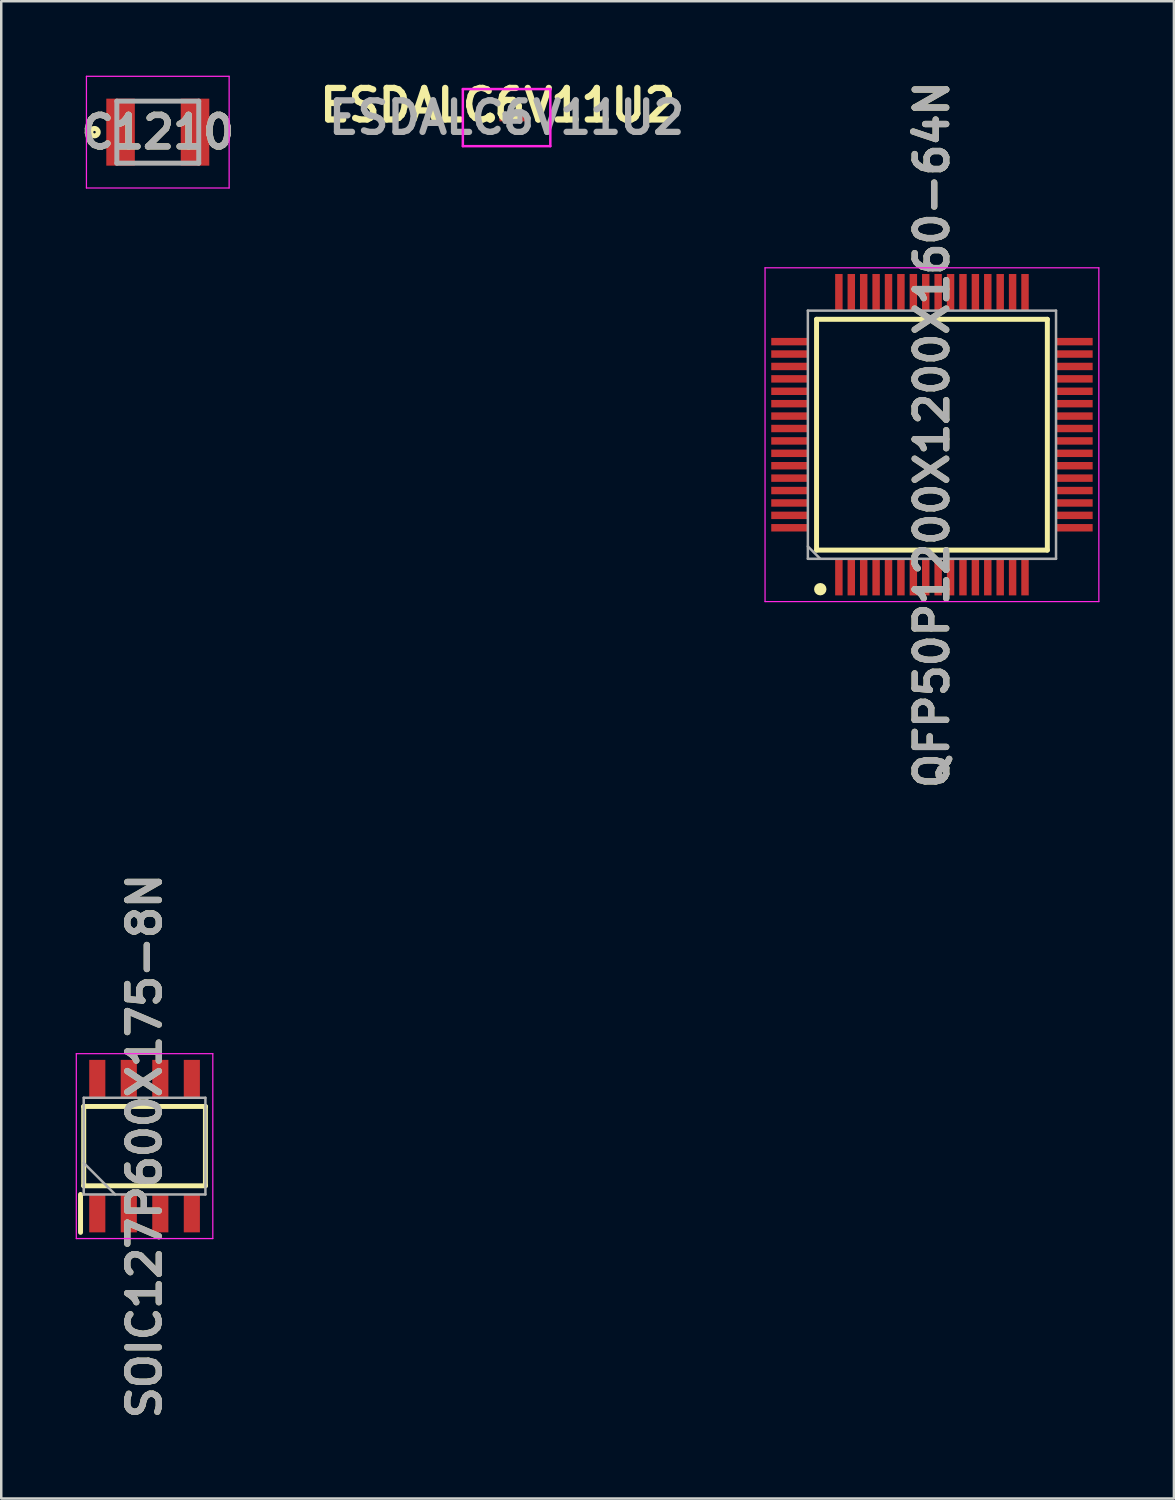
<source format=kicad_pcb>
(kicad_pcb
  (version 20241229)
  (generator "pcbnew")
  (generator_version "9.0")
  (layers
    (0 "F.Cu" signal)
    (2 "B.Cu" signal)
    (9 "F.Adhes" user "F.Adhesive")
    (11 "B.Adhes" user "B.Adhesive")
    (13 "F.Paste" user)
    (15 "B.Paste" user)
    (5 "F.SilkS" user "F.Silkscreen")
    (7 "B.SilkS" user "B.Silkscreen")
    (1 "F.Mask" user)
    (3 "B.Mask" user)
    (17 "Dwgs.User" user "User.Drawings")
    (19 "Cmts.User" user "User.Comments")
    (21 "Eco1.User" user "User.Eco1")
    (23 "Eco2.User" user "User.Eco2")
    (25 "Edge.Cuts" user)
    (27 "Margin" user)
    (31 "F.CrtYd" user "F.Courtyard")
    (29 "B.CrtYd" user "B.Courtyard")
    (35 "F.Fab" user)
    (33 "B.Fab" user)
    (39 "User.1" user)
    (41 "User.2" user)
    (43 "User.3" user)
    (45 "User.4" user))
  (footprint "SOIC127P600X175-8N"
    (layer "F.Cu")
    (at 2.775 43.132)
    (property "Reference" "SOIC127P600X175-8N" (at 0 0 90) (layer "F.SilkS") (effects (font (size 1.27 1.27) (thickness 0.254))))
    (attr smd)
    (fp_line (start -2.58 3.475) (end -2.58 1.948) (stroke (width 0.2) (type solid)) (layer "F.SilkS"))
    (fp_line (start -2.452 -1.598) (end 2.452 -1.598) (stroke (width 0.2) (type solid)) (layer "F.SilkS"))
    (fp_line (start -2.452 1.598) (end -2.452 -1.598) (stroke (width 0.2) (type solid)) (layer "F.SilkS"))
    (fp_line (start 2.452 -1.598) (end 2.452 1.598) (stroke (width 0.2) (type solid)) (layer "F.SilkS"))
    (fp_line (start 2.452 1.598) (end -2.452 1.598) (stroke (width 0.2) (type solid)) (layer "F.SilkS"))
    (fp_line (start -2.75 -3.725) (end 2.75 -3.725) (stroke (width 0.05) (type solid)) (layer "F.CrtYd"))
    (fp_line (start -2.75 3.725) (end -2.75 -3.725) (stroke (width 0.05) (type solid)) (layer "F.CrtYd"))
    (fp_line (start 2.75 -3.725) (end 2.75 3.725) (stroke (width 0.05) (type solid)) (layer "F.CrtYd"))
    (fp_line (start 2.75 3.725) (end -2.75 3.725) (stroke (width 0.05) (type solid)) (layer "F.CrtYd"))
    (fp_line (start -2.452 -1.948) (end 2.452 -1.948) (stroke (width 0.1) (type solid)) (layer "F.Fab"))
    (fp_line (start -2.452 1.948) (end -2.452 -1.948) (stroke (width 0.1) (type solid)) (layer "F.Fab"))
    (fp_line (start -1.182 1.948) (end -2.452 0.678) (stroke (width 0.1) (type solid)) (layer "F.Fab"))
    (fp_line (start 2.452 -1.948) (end 2.452 1.948) (stroke (width 0.1) (type solid)) (layer "F.Fab"))
    (fp_line (start 2.452 1.948) (end -2.452 1.948) (stroke (width 0.1) (type solid)) (layer "F.Fab"))
    (fp_text user "${REFERENCE}" (at 0 0 90) (layer "F.Fab") (effects (font (size 1.27 1.27) (thickness 0.254))))
    (pad "1" smd rect (at -1.905 2.711 180) (size 0.65 1.528) (layers "F.Cu" "F.Mask" "F.Paste"))
    (pad "2" smd rect (at -0.635 2.711 180) (size 0.65 1.528) (layers "F.Cu" "F.Mask" "F.Paste"))
    (pad "3" smd rect (at 0.635 2.711 180) (size 0.65 1.528) (layers "F.Cu" "F.Mask" "F.Paste"))
    (pad "4" smd rect (at 1.905 2.711 180) (size 0.65 1.528) (layers "F.Cu" "F.Mask" "F.Paste"))
    (pad "5" smd rect (at 1.905 -2.711 180) (size 0.65 1.528) (layers "F.Cu" "F.Mask" "F.Paste"))
    (pad "6" smd rect (at 0.635 -2.711 180) (size 0.65 1.528) (layers "F.Cu" "F.Mask" "F.Paste"))
    (pad "7" smd rect (at -0.635 -2.711 180) (size 0.65 1.528) (layers "F.Cu" "F.Mask" "F.Paste"))
    (pad "8" smd rect (at -1.905 -2.711 180) (size 0.65 1.528) (layers "F.Cu" "F.Mask" "F.Paste")))
  (footprint "ESDALC6V11U2"
    (layer "F.Cu")
    (at 17.256 1.689)
    (property "Reference" "ESDALC6V11U2" (at -0.25 -0.5 0) (layer "F.SilkS") (effects (font (size 1.27 1.27) (thickness 0.254))))
    (attr smd)
    (fp_line (start -0.556 -0.1) (end -0.556 -0.1) (stroke (width 0.2) (type solid)) (layer "F.SilkS"))
    (fp_line (start -0.556 0.1) (end -0.556 0.1) (stroke (width 0.2) (type solid)) (layer "F.SilkS"))
    (fp_arc (start -0.556 -0.1) (mid -0.456 0) (end -0.556 0.1) (stroke (width 0.2) (type solid)) (layer "F.SilkS"))
    (fp_arc (start -0.556 0.1) (mid -0.656 0) (end -0.556 -0.1) (stroke (width 0.2) (type solid)) (layer "F.SilkS"))
    (fp_line (start -1.656 -1.15) (end 1.869 -1.15) (stroke (width 0.1) (type solid)) (layer "F.CrtYd"))
    (fp_line (start -1.656 1.15) (end -1.656 -1.15) (stroke (width 0.1) (type solid)) (layer "F.CrtYd"))
    (fp_line (start 1.869 -1.15) (end 1.869 1.15) (stroke (width 0.1) (type solid)) (layer "F.CrtYd"))
    (fp_line (start 1.869 1.15) (end -1.656 1.15) (stroke (width 0.1) (type solid)) (layer "F.CrtYd"))
    (fp_line (start 0.044 -0.15) (end 0.644 -0.15) (stroke (width 0.2) (type solid)) (layer "F.Fab"))
    (fp_line (start 0.044 0.15) (end 0.044 -0.15) (stroke (width 0.2) (type solid)) (layer "F.Fab"))
    (fp_line (start 0.644 -0.15) (end 0.644 0.15) (stroke (width 0.2) (type solid)) (layer "F.Fab"))
    (fp_line (start 0.644 0.15) (end 0.044 0.15) (stroke (width 0.2) (type solid)) (layer "F.Fab"))
    (fp_text user "${REFERENCE}" (at 0.106 0 0) (layer "F.Fab") (effects (font (size 1.27 1.27) (thickness 0.254))))
    (pad "1" smd rect (at 0.031 0 90) (size 0.3 0.425) (layers "F.Cu" "F.Mask" "F.Paste"))
    (pad "2" smd rect (at 0.656 0 90) (size 0.3 0.425) (layers "F.Cu" "F.Mask" "F.Paste")))
  (footprint "QFP50P1200X1200X160-64N"
    (layer "F.Cu")
    (at 34.502 14.466)
    (property "Reference" "QFP50P1200X1200X160-64N" (at 0 0 90) (layer "F.SilkS") (effects (font (size 1.27 1.27) (thickness 0.254))))
    (attr smd)
    (fp_line (start -4.65 -4.65) (end 4.65 -4.65) (stroke (width 0.2) (type solid)) (layer "F.SilkS"))
    (fp_line (start -4.65 4.65) (end -4.65 -4.65) (stroke (width 0.2) (type solid)) (layer "F.SilkS"))
    (fp_line (start 4.65 -4.65) (end 4.65 4.65) (stroke (width 0.2) (type solid)) (layer "F.SilkS"))
    (fp_line (start 4.65 4.65) (end -4.65 4.65) (stroke (width 0.2) (type solid)) (layer "F.SilkS"))
    (fp_circle (center -4.5 6.225) (end -4.375 6.225) (stroke (width 0.25) (type solid)) (fill no) (layer "F.SilkS"))
    (fp_line (start -6.725 -6.725) (end 6.725 -6.725) (stroke (width 0.05) (type solid)) (layer "F.CrtYd"))
    (fp_line (start -6.725 6.725) (end -6.725 -6.725) (stroke (width 0.05) (type solid)) (layer "F.CrtYd"))
    (fp_line (start 6.725 -6.725) (end 6.725 6.725) (stroke (width 0.05) (type solid)) (layer "F.CrtYd"))
    (fp_line (start 6.725 6.725) (end -6.725 6.725) (stroke (width 0.05) (type solid)) (layer "F.CrtYd"))
    (fp_line (start -5 -5) (end 5 -5) (stroke (width 0.1) (type solid)) (layer "F.Fab"))
    (fp_line (start -5 5) (end -5 -5) (stroke (width 0.1) (type solid)) (layer "F.Fab"))
    (fp_line (start -4.5 5) (end -5 4.5) (stroke (width 0.1) (type solid)) (layer "F.Fab"))
    (fp_line (start 5 -5) (end 5 5) (stroke (width 0.1) (type solid)) (layer "F.Fab"))
    (fp_line (start 5 5) (end -5 5) (stroke (width 0.1) (type solid)) (layer "F.Fab"))
    (fp_text user "${REFERENCE}" (at 0 0 90) (layer "F.Fab") (effects (font (size 1.27 1.27) (thickness 0.254))))
    (pad "1" smd rect (at -3.75 5.738 180) (size 0.3 1.475) (layers "F.Cu" "F.Mask" "F.Paste"))
    (pad "2" smd rect (at -3.25 5.738 180) (size 0.3 1.475) (layers "F.Cu" "F.Mask" "F.Paste"))
    (pad "3" smd rect (at -2.75 5.738 180) (size 0.3 1.475) (layers "F.Cu" "F.Mask" "F.Paste"))
    (pad "4" smd rect (at -2.25 5.738 180) (size 0.3 1.475) (layers "F.Cu" "F.Mask" "F.Paste"))
    (pad "5" smd rect (at -1.75 5.738 180) (size 0.3 1.475) (layers "F.Cu" "F.Mask" "F.Paste"))
    (pad "6" smd rect (at -1.25 5.738 180) (size 0.3 1.475) (layers "F.Cu" "F.Mask" "F.Paste"))
    (pad "7" smd rect (at -0.75 5.738 180) (size 0.3 1.475) (layers "F.Cu" "F.Mask" "F.Paste"))
    (pad "8" smd rect (at -0.25 5.738 180) (size 0.3 1.475) (layers "F.Cu" "F.Mask" "F.Paste"))
    (pad "9" smd rect (at 0.25 5.738 180) (size 0.3 1.475) (layers "F.Cu" "F.Mask" "F.Paste"))
    (pad "10" smd rect (at 0.75 5.738 180) (size 0.3 1.475) (layers "F.Cu" "F.Mask" "F.Paste"))
    (pad "11" smd rect (at 1.25 5.738 180) (size 0.3 1.475) (layers "F.Cu" "F.Mask" "F.Paste"))
    (pad "12" smd rect (at 1.75 5.738 180) (size 0.3 1.475) (layers "F.Cu" "F.Mask" "F.Paste"))
    (pad "13" smd rect (at 2.25 5.738 180) (size 0.3 1.475) (layers "F.Cu" "F.Mask" "F.Paste"))
    (pad "14" smd rect (at 2.75 5.738 180) (size 0.3 1.475) (layers "F.Cu" "F.Mask" "F.Paste"))
    (pad "15" smd rect (at 3.25 5.738 180) (size 0.3 1.475) (layers "F.Cu" "F.Mask" "F.Paste"))
    (pad "16" smd rect (at 3.75 5.738 180) (size 0.3 1.475) (layers "F.Cu" "F.Mask" "F.Paste"))
    (pad "17" smd rect (at 5.738 3.75 90) (size 0.3 1.475) (layers "F.Cu" "F.Mask" "F.Paste"))
    (pad "18" smd rect (at 5.738 3.25 90) (size 0.3 1.475) (layers "F.Cu" "F.Mask" "F.Paste"))
    (pad "19" smd rect (at 5.738 2.75 90) (size 0.3 1.475) (layers "F.Cu" "F.Mask" "F.Paste"))
    (pad "20" smd rect (at 5.738 2.25 90) (size 0.3 1.475) (layers "F.Cu" "F.Mask" "F.Paste"))
    (pad "21" smd rect (at 5.738 1.75 90) (size 0.3 1.475) (layers "F.Cu" "F.Mask" "F.Paste"))
    (pad "22" smd rect (at 5.738 1.25 90) (size 0.3 1.475) (layers "F.Cu" "F.Mask" "F.Paste"))
    (pad "23" smd rect (at 5.738 0.75 90) (size 0.3 1.475) (layers "F.Cu" "F.Mask" "F.Paste"))
    (pad "24" smd rect (at 5.738 0.25 90) (size 0.3 1.475) (layers "F.Cu" "F.Mask" "F.Paste"))
    (pad "25" smd rect (at 5.738 -0.25 90) (size 0.3 1.475) (layers "F.Cu" "F.Mask" "F.Paste"))
    (pad "26" smd rect (at 5.738 -0.75 90) (size 0.3 1.475) (layers "F.Cu" "F.Mask" "F.Paste"))
    (pad "27" smd rect (at 5.738 -1.25 90) (size 0.3 1.475) (layers "F.Cu" "F.Mask" "F.Paste"))
    (pad "28" smd rect (at 5.738 -1.75 90) (size 0.3 1.475) (layers "F.Cu" "F.Mask" "F.Paste"))
    (pad "29" smd rect (at 5.738 -2.25 90) (size 0.3 1.475) (layers "F.Cu" "F.Mask" "F.Paste"))
    (pad "30" smd rect (at 5.738 -2.75 90) (size 0.3 1.475) (layers "F.Cu" "F.Mask" "F.Paste"))
    (pad "31" smd rect (at 5.738 -3.25 90) (size 0.3 1.475) (layers "F.Cu" "F.Mask" "F.Paste"))
    (pad "32" smd rect (at 5.738 -3.75 90) (size 0.3 1.475) (layers "F.Cu" "F.Mask" "F.Paste"))
    (pad "33" smd rect (at 3.75 -5.738 180) (size 0.3 1.475) (layers "F.Cu" "F.Mask" "F.Paste"))
    (pad "34" smd rect (at 3.25 -5.738 180) (size 0.3 1.475) (layers "F.Cu" "F.Mask" "F.Paste"))
    (pad "35" smd rect (at 2.75 -5.738 180) (size 0.3 1.475) (layers "F.Cu" "F.Mask" "F.Paste"))
    (pad "36" smd rect (at 2.25 -5.738 180) (size 0.3 1.475) (layers "F.Cu" "F.Mask" "F.Paste"))
    (pad "37" smd rect (at 1.75 -5.738 180) (size 0.3 1.475) (layers "F.Cu" "F.Mask" "F.Paste"))
    (pad "38" smd rect (at 1.25 -5.738 180) (size 0.3 1.475) (layers "F.Cu" "F.Mask" "F.Paste"))
    (pad "39" smd rect (at 0.75 -5.738 180) (size 0.3 1.475) (layers "F.Cu" "F.Mask" "F.Paste"))
    (pad "40" smd rect (at 0.25 -5.738 180) (size 0.3 1.475) (layers "F.Cu" "F.Mask" "F.Paste"))
    (pad "41" smd rect (at -0.25 -5.738 180) (size 0.3 1.475) (layers "F.Cu" "F.Mask" "F.Paste"))
    (pad "42" smd rect (at -0.75 -5.738 180) (size 0.3 1.475) (layers "F.Cu" "F.Mask" "F.Paste"))
    (pad "43" smd rect (at -1.25 -5.738 180) (size 0.3 1.475) (layers "F.Cu" "F.Mask" "F.Paste"))
    (pad "44" smd rect (at -1.75 -5.738 180) (size 0.3 1.475) (layers "F.Cu" "F.Mask" "F.Paste"))
    (pad "45" smd rect (at -2.25 -5.738 180) (size 0.3 1.475) (layers "F.Cu" "F.Mask" "F.Paste"))
    (pad "46" smd rect (at -2.75 -5.738 180) (size 0.3 1.475) (layers "F.Cu" "F.Mask" "F.Paste"))
    (pad "47" smd rect (at -3.25 -5.738 180) (size 0.3 1.475) (layers "F.Cu" "F.Mask" "F.Paste"))
    (pad "48" smd rect (at -3.75 -5.738 180) (size 0.3 1.475) (layers "F.Cu" "F.Mask" "F.Paste"))
    (pad "49" smd rect (at -5.738 -3.75 90) (size 0.3 1.475) (layers "F.Cu" "F.Mask" "F.Paste"))
    (pad "50" smd rect (at -5.738 -3.25 90) (size 0.3 1.475) (layers "F.Cu" "F.Mask" "F.Paste"))
    (pad "51" smd rect (at -5.738 -2.75 90) (size 0.3 1.475) (layers "F.Cu" "F.Mask" "F.Paste"))
    (pad "52" smd rect (at -5.738 -2.25 90) (size 0.3 1.475) (layers "F.Cu" "F.Mask" "F.Paste"))
    (pad "53" smd rect (at -5.738 -1.75 90) (size 0.3 1.475) (layers "F.Cu" "F.Mask" "F.Paste"))
    (pad "54" smd rect (at -5.738 -1.25 90) (size 0.3 1.475) (layers "F.Cu" "F.Mask" "F.Paste"))
    (pad "55" smd rect (at -5.738 -0.75 90) (size 0.3 1.475) (layers "F.Cu" "F.Mask" "F.Paste"))
    (pad "56" smd rect (at -5.738 -0.25 90) (size 0.3 1.475) (layers "F.Cu" "F.Mask" "F.Paste"))
    (pad "57" smd rect (at -5.738 0.25 90) (size 0.3 1.475) (layers "F.Cu" "F.Mask" "F.Paste"))
    (pad "58" smd rect (at -5.738 0.75 90) (size 0.3 1.475) (layers "F.Cu" "F.Mask" "F.Paste"))
    (pad "59" smd rect (at -5.738 1.25 90) (size 0.3 1.475) (layers "F.Cu" "F.Mask" "F.Paste"))
    (pad "60" smd rect (at -5.738 1.75 90) (size 0.3 1.475) (layers "F.Cu" "F.Mask" "F.Paste"))
    (pad "61" smd rect (at -5.738 2.25 90) (size 0.3 1.475) (layers "F.Cu" "F.Mask" "F.Paste"))
    (pad "62" smd rect (at -5.738 2.75 90) (size 0.3 1.475) (layers "F.Cu" "F.Mask" "F.Paste"))
    (pad "63" smd rect (at -5.738 3.25 90) (size 0.3 1.475) (layers "F.Cu" "F.Mask" "F.Paste"))
    (pad "64" smd rect (at -5.738 3.75 90) (size 0.3 1.475) (layers "F.Cu" "F.Mask" "F.Paste")))
  (footprint "C1210"
    (layer "F.Cu")
    (at 3.308 2.275)
    (property "Reference" "C1210" (at 0 0 0) (layer "F.SilkS") (effects (font (size 1.27 1.27) (thickness 0.254))))
    (attr smd)
    (fp_circle (center -2.55 0) (end -2.55 0.05) (stroke (width 0.2) (type solid)) (fill no) (layer "F.SilkS"))
    (fp_line (start -2.875 -2.25) (end 2.875 -2.25) (stroke (width 0.05) (type solid)) (layer "F.CrtYd"))
    (fp_line (start -2.875 2.25) (end -2.875 -2.25) (stroke (width 0.05) (type solid)) (layer "F.CrtYd"))
    (fp_line (start 2.875 -2.25) (end 2.875 2.25) (stroke (width 0.05) (type solid)) (layer "F.CrtYd"))
    (fp_line (start 2.875 2.25) (end -2.875 2.25) (stroke (width 0.05) (type solid)) (layer "F.CrtYd"))
    (fp_line (start -1.65 -1.25) (end 1.65 -1.25) (stroke (width 0.2) (type solid)) (layer "F.Fab"))
    (fp_line (start -1.65 1.25) (end -1.65 -1.25) (stroke (width 0.2) (type solid)) (layer "F.Fab"))
    (fp_line (start 1.65 -1.25) (end 1.65 1.25) (stroke (width 0.2) (type solid)) (layer "F.Fab"))
    (fp_line (start 1.65 1.25) (end -1.65 1.25) (stroke (width 0.2) (type solid)) (layer "F.Fab"))
    (fp_text user "${REFERENCE}" (at 0 0 0) (layer "F.Fab") (effects (font (size 1.27 1.27) (thickness 0.254))))
    (pad "1" smd rect (at -1.5 0) (size 1.15 2.7) (layers "F.Cu" "F.Mask" "F.Paste"))
    (pad "2" smd rect (at 1.5 0) (size 1.15 2.7) (layers "F.Cu" "F.Mask" "F.Paste")))
  (gr_rect
    (start -3 -3)
    (end 44.252 57.332)
    (stroke (width 0.1) (type default))
    (fill no)
    (layer "Edge.Cuts")))
</source>
